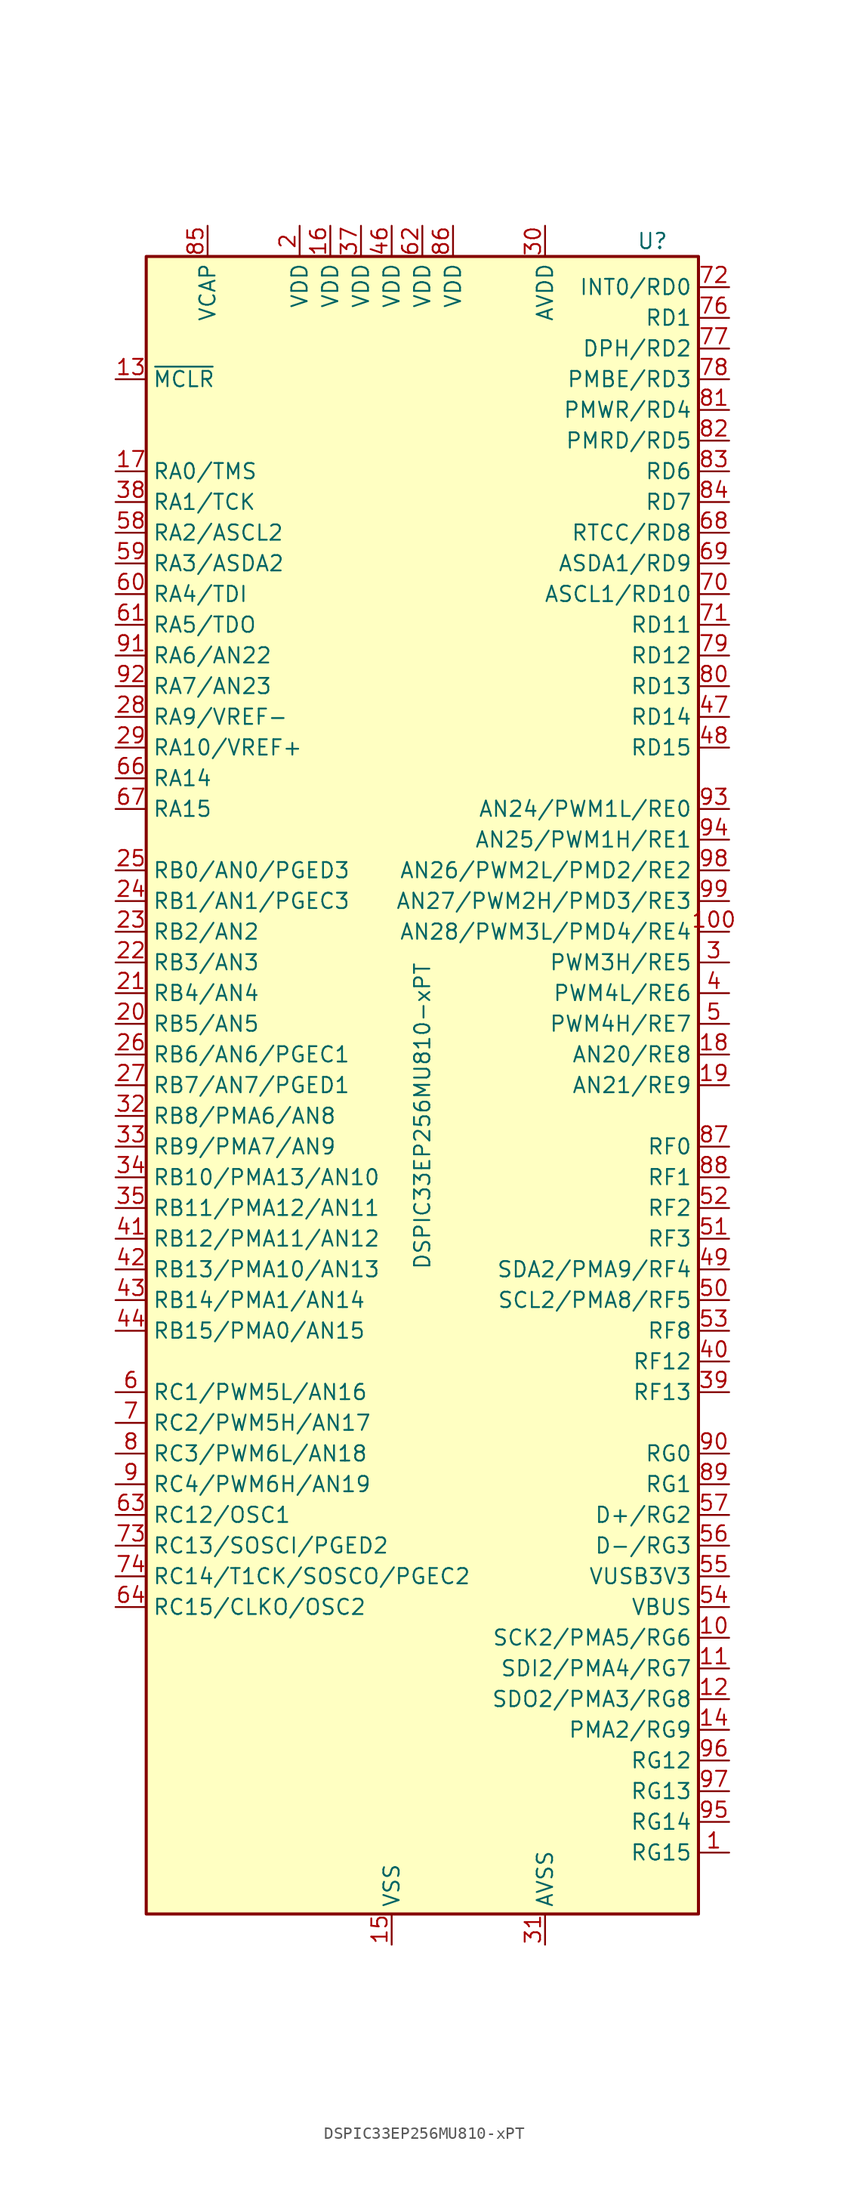
<source format=kicad_sym>
(kicad_symbol_lib
  (version 20201005)
  (generator kicad_symbol_editor)
  (symbol "DSP_Microchip_DSPIC33:DSPIC33EP256MU810-xPT"
    (property "Reference" "U"
      (at 19.05 69.85 0)
      (effects (font (size 1.27 1.27))))
    (property "Value" "DSPIC33EP256MU810-xPT"
      (at 0 -2.54 90)
      (effects (font (size 1.27 1.27))))
    (symbol "DSPIC33EP256MU810-xPT_0_1"
      (rectangle (start -22.86 68.58) (end 22.86 -68.58) (stroke (width 0.254)) (fill (type background))))
    (symbol "DSPIC33EP256MU810-xPT_1_1"
      (pin bidirectional line (at 25.4 -63.5 180) (length 2.54) (name "RG15" (effects (font (size 1.27 1.27)))) (number "1" (effects (font (size 1.27 1.27)))))
      (pin bidirectional line (at 25.4 -45.72 180) (length 2.54) (name "SCK2/PMA5/RG6" (effects (font (size 1.27 1.27)))) (number "10" (effects (font (size 1.27 1.27)))))
      (pin bidirectional line (at 25.4 12.7 180) (length 2.54) (name "AN28/PWM3L/PMD4/RE4" (effects (font (size 1.27 1.27)))) (number "100" (effects (font (size 1.27 1.27)))))
      (pin bidirectional line (at 25.4 -48.26 180) (length 2.54) (name "SDI2/PMA4/RG7" (effects (font (size 1.27 1.27)))) (number "11" (effects (font (size 1.27 1.27)))))
      (pin bidirectional line (at 25.4 -50.8 180) (length 2.54) (name "SDO2/PMA3/RG8" (effects (font (size 1.27 1.27)))) (number "12" (effects (font (size 1.27 1.27)))))
      (pin input line (at -25.4 58.42 0) (length 2.54) (name "~MCLR" (effects (font (size 1.27 1.27)))) (number "13" (effects (font (size 1.27 1.27)))))
      (pin bidirectional line (at 25.4 -53.34 180) (length 2.54) (name "PMA2/RG9" (effects (font (size 1.27 1.27)))) (number "14" (effects (font (size 1.27 1.27)))))
      (pin power_in line (at -2.54 -71.12 90) (length 2.54) (name "VSS" (effects (font (size 1.27 1.27)))) (number "15" (effects (font (size 1.27 1.27)))))
      (pin power_in line (at -7.62 71.12 270) (length 2.54) (name "VDD" (effects (font (size 1.27 1.27)))) (number "16" (effects (font (size 1.27 1.27)))))
      (pin bidirectional line (at -25.4 50.8 0) (length 2.54) (name "RA0/TMS" (effects (font (size 1.27 1.27)))) (number "17" (effects (font (size 1.27 1.27)))))
      (pin bidirectional line (at 25.4 2.54 180) (length 2.54) (name "AN20/RE8" (effects (font (size 1.27 1.27)))) (number "18" (effects (font (size 1.27 1.27)))))
      (pin bidirectional line (at 25.4 0 180) (length 2.54) (name "AN21/RE9" (effects (font (size 1.27 1.27)))) (number "19" (effects (font (size 1.27 1.27)))))
      (pin power_in line (at -10.16 71.12 270) (length 2.54) (name "VDD" (effects (font (size 1.27 1.27)))) (number "2" (effects (font (size 1.27 1.27)))))
      (pin bidirectional line (at -25.4 5.08 0) (length 2.54) (name "RB5/AN5" (effects (font (size 1.27 1.27)))) (number "20" (effects (font (size 1.27 1.27)))))
      (pin bidirectional line (at -25.4 7.62 0) (length 2.54) (name "RB4/AN4" (effects (font (size 1.27 1.27)))) (number "21" (effects (font (size 1.27 1.27)))))
      (pin bidirectional line (at -25.4 10.16 0) (length 2.54) (name "RB3/AN3" (effects (font (size 1.27 1.27)))) (number "22" (effects (font (size 1.27 1.27)))))
      (pin bidirectional line (at -25.4 12.7 0) (length 2.54) (name "RB2/AN2" (effects (font (size 1.27 1.27)))) (number "23" (effects (font (size 1.27 1.27)))))
      (pin bidirectional line (at -25.4 15.24 0) (length 2.54) (name "RB1/AN1/PGEC3" (effects (font (size 1.27 1.27)))) (number "24" (effects (font (size 1.27 1.27)))))
      (pin bidirectional line (at -25.4 17.78 0) (length 2.54) (name "RB0/AN0/PGED3" (effects (font (size 1.27 1.27)))) (number "25" (effects (font (size 1.27 1.27)))))
      (pin bidirectional line (at -25.4 2.54 0) (length 2.54) (name "RB6/AN6/PGEC1" (effects (font (size 1.27 1.27)))) (number "26" (effects (font (size 1.27 1.27)))))
      (pin bidirectional line (at -25.4 0 0) (length 2.54) (name "RB7/AN7/PGED1" (effects (font (size 1.27 1.27)))) (number "27" (effects (font (size 1.27 1.27)))))
      (pin bidirectional line (at -25.4 30.48 0) (length 2.54) (name "RA9/VREF-" (effects (font (size 1.27 1.27)))) (number "28" (effects (font (size 1.27 1.27)))))
      (pin bidirectional line (at -25.4 27.94 0) (length 2.54) (name "RA10/VREF+" (effects (font (size 1.27 1.27)))) (number "29" (effects (font (size 1.27 1.27)))))
      (pin bidirectional line (at 25.4 10.16 180) (length 2.54) (name "PWM3H/RE5" (effects (font (size 1.27 1.27)))) (number "3" (effects (font (size 1.27 1.27)))))
      (pin power_in line (at 10.16 71.12 270) (length 2.54) (name "AVDD" (effects (font (size 1.27 1.27)))) (number "30" (effects (font (size 1.27 1.27)))))
      (pin power_in line (at 10.16 -71.12 90) (length 2.54) (name "AVSS" (effects (font (size 1.27 1.27)))) (number "31" (effects (font (size 1.27 1.27)))))
      (pin bidirectional line (at -25.4 -2.54 0) (length 2.54) (name "RB8/PMA6/AN8" (effects (font (size 1.27 1.27)))) (number "32" (effects (font (size 1.27 1.27)))))
      (pin bidirectional line (at -25.4 -5.08 0) (length 2.54) (name "RB9/PMA7/AN9" (effects (font (size 1.27 1.27)))) (number "33" (effects (font (size 1.27 1.27)))))
      (pin bidirectional line (at -25.4 -7.62 0) (length 2.54) (name "RB10/PMA13/AN10" (effects (font (size 1.27 1.27)))) (number "34" (effects (font (size 1.27 1.27)))))
      (pin bidirectional line (at -25.4 -10.16 0) (length 2.54) (name "RB11/PMA12/AN11" (effects (font (size 1.27 1.27)))) (number "35" (effects (font (size 1.27 1.27)))))
      (pin passive line (at -2.54 -71.12 90) (length 2.54) hide (name "VSS" (effects (font (size 1.27 1.27)))) (number "36" (effects (font (size 1.27 1.27)))))
      (pin power_in line (at -5.08 71.12 270) (length 2.54) (name "VDD" (effects (font (size 1.27 1.27)))) (number "37" (effects (font (size 1.27 1.27)))))
      (pin bidirectional line (at -25.4 48.26 0) (length 2.54) (name "RA1/TCK" (effects (font (size 1.27 1.27)))) (number "38" (effects (font (size 1.27 1.27)))))
      (pin bidirectional line (at 25.4 -25.4 180) (length 2.54) (name "RF13" (effects (font (size 1.27 1.27)))) (number "39" (effects (font (size 1.27 1.27)))))
      (pin bidirectional line (at 25.4 7.62 180) (length 2.54) (name "PWM4L/RE6" (effects (font (size 1.27 1.27)))) (number "4" (effects (font (size 1.27 1.27)))))
      (pin bidirectional line (at 25.4 -22.86 180) (length 2.54) (name "RF12" (effects (font (size 1.27 1.27)))) (number "40" (effects (font (size 1.27 1.27)))))
      (pin bidirectional line (at -25.4 -12.7 0) (length 2.54) (name "RB12/PMA11/AN12" (effects (font (size 1.27 1.27)))) (number "41" (effects (font (size 1.27 1.27)))))
      (pin bidirectional line (at -25.4 -15.24 0) (length 2.54) (name "RB13/PMA10/AN13" (effects (font (size 1.27 1.27)))) (number "42" (effects (font (size 1.27 1.27)))))
      (pin bidirectional line (at -25.4 -17.78 0) (length 2.54) (name "RB14/PMA1/AN14" (effects (font (size 1.27 1.27)))) (number "43" (effects (font (size 1.27 1.27)))))
      (pin bidirectional line (at -25.4 -20.32 0) (length 2.54) (name "RB15/PMA0/AN15" (effects (font (size 1.27 1.27)))) (number "44" (effects (font (size 1.27 1.27)))))
      (pin passive line (at -2.54 -71.12 90) (length 2.54) hide (name "VSS" (effects (font (size 1.27 1.27)))) (number "45" (effects (font (size 1.27 1.27)))))
      (pin power_in line (at -2.54 71.12 270) (length 2.54) (name "VDD" (effects (font (size 1.27 1.27)))) (number "46" (effects (font (size 1.27 1.27)))))
      (pin bidirectional line (at 25.4 30.48 180) (length 2.54) (name "RD14" (effects (font (size 1.27 1.27)))) (number "47" (effects (font (size 1.27 1.27)))))
      (pin bidirectional line (at 25.4 27.94 180) (length 2.54) (name "RD15" (effects (font (size 1.27 1.27)))) (number "48" (effects (font (size 1.27 1.27)))))
      (pin bidirectional line (at 25.4 -15.24 180) (length 2.54) (name "SDA2/PMA9/RF4" (effects (font (size 1.27 1.27)))) (number "49" (effects (font (size 1.27 1.27)))))
      (pin bidirectional line (at 25.4 5.08 180) (length 2.54) (name "PWM4H/RE7" (effects (font (size 1.27 1.27)))) (number "5" (effects (font (size 1.27 1.27)))))
      (pin bidirectional line (at 25.4 -17.78 180) (length 2.54) (name "SCL2/PMA8/RF5" (effects (font (size 1.27 1.27)))) (number "50" (effects (font (size 1.27 1.27)))))
      (pin bidirectional line (at 25.4 -12.7 180) (length 2.54) (name "RF3" (effects (font (size 1.27 1.27)))) (number "51" (effects (font (size 1.27 1.27)))))
      (pin bidirectional line (at 25.4 -10.16 180) (length 2.54) (name "RF2" (effects (font (size 1.27 1.27)))) (number "52" (effects (font (size 1.27 1.27)))))
      (pin bidirectional line (at 25.4 -20.32 180) (length 2.54) (name "RF8" (effects (font (size 1.27 1.27)))) (number "53" (effects (font (size 1.27 1.27)))))
      (pin bidirectional line (at 25.4 -43.18 180) (length 2.54) (name "VBUS" (effects (font (size 1.27 1.27)))) (number "54" (effects (font (size 1.27 1.27)))))
      (pin bidirectional line (at 25.4 -40.64 180) (length 2.54) (name "VUSB3V3" (effects (font (size 1.27 1.27)))) (number "55" (effects (font (size 1.27 1.27)))))
      (pin bidirectional line (at 25.4 -38.1 180) (length 2.54) (name "D-/RG3" (effects (font (size 1.27 1.27)))) (number "56" (effects (font (size 1.27 1.27)))))
      (pin bidirectional line (at 25.4 -35.56 180) (length 2.54) (name "D+/RG2" (effects (font (size 1.27 1.27)))) (number "57" (effects (font (size 1.27 1.27)))))
      (pin bidirectional line (at -25.4 45.72 0) (length 2.54) (name "RA2/ASCL2" (effects (font (size 1.27 1.27)))) (number "58" (effects (font (size 1.27 1.27)))))
      (pin bidirectional line (at -25.4 43.18 0) (length 2.54) (name "RA3/ASDA2" (effects (font (size 1.27 1.27)))) (number "59" (effects (font (size 1.27 1.27)))))
      (pin bidirectional line (at -25.4 -25.4 0) (length 2.54) (name "RC1/PWM5L/AN16" (effects (font (size 1.27 1.27)))) (number "6" (effects (font (size 1.27 1.27)))))
      (pin bidirectional line (at -25.4 40.64 0) (length 2.54) (name "RA4/TDI" (effects (font (size 1.27 1.27)))) (number "60" (effects (font (size 1.27 1.27)))))
      (pin bidirectional line (at -25.4 38.1 0) (length 2.54) (name "RA5/TDO" (effects (font (size 1.27 1.27)))) (number "61" (effects (font (size 1.27 1.27)))))
      (pin power_in line (at 0 71.12 270) (length 2.54) (name "VDD" (effects (font (size 1.27 1.27)))) (number "62" (effects (font (size 1.27 1.27)))))
      (pin bidirectional line (at -25.4 -35.56 0) (length 2.54) (name "RC12/OSC1" (effects (font (size 1.27 1.27)))) (number "63" (effects (font (size 1.27 1.27)))))
      (pin bidirectional line (at -25.4 -43.18 0) (length 2.54) (name "RC15/CLKO/OSC2" (effects (font (size 1.27 1.27)))) (number "64" (effects (font (size 1.27 1.27)))))
      (pin passive line (at -2.54 -71.12 90) (length 2.54) hide (name "VSS" (effects (font (size 1.27 1.27)))) (number "65" (effects (font (size 1.27 1.27)))))
      (pin bidirectional line (at -25.4 25.4 0) (length 2.54) (name "RA14" (effects (font (size 1.27 1.27)))) (number "66" (effects (font (size 1.27 1.27)))))
      (pin bidirectional line (at -25.4 22.86 0) (length 2.54) (name "RA15" (effects (font (size 1.27 1.27)))) (number "67" (effects (font (size 1.27 1.27)))))
      (pin bidirectional line (at 25.4 45.72 180) (length 2.54) (name "RTCC/RD8" (effects (font (size 1.27 1.27)))) (number "68" (effects (font (size 1.27 1.27)))))
      (pin bidirectional line (at 25.4 43.18 180) (length 2.54) (name "ASDA1/RD9" (effects (font (size 1.27 1.27)))) (number "69" (effects (font (size 1.27 1.27)))))
      (pin bidirectional line (at -25.4 -27.94 0) (length 2.54) (name "RC2/PWM5H/AN17" (effects (font (size 1.27 1.27)))) (number "7" (effects (font (size 1.27 1.27)))))
      (pin bidirectional line (at 25.4 40.64 180) (length 2.54) (name "ASCL1/RD10" (effects (font (size 1.27 1.27)))) (number "70" (effects (font (size 1.27 1.27)))))
      (pin bidirectional line (at 25.4 38.1 180) (length 2.54) (name "RD11" (effects (font (size 1.27 1.27)))) (number "71" (effects (font (size 1.27 1.27)))))
      (pin bidirectional line (at 25.4 66.04 180) (length 2.54) (name "INT0/RD0" (effects (font (size 1.27 1.27)))) (number "72" (effects (font (size 1.27 1.27)))))
      (pin bidirectional line (at -25.4 -38.1 0) (length 2.54) (name "RC13/SOSCI/PGED2" (effects (font (size 1.27 1.27)))) (number "73" (effects (font (size 1.27 1.27)))))
      (pin bidirectional line (at -25.4 -40.64 0) (length 2.54) (name "RC14/T1CK/SOSCO/PGEC2" (effects (font (size 1.27 1.27)))) (number "74" (effects (font (size 1.27 1.27)))))
      (pin passive line (at -2.54 -71.12 90) (length 2.54) hide (name "VSS" (effects (font (size 1.27 1.27)))) (number "75" (effects (font (size 1.27 1.27)))))
      (pin bidirectional line (at 25.4 63.5 180) (length 2.54) (name "RD1" (effects (font (size 1.27 1.27)))) (number "76" (effects (font (size 1.27 1.27)))))
      (pin bidirectional line (at 25.4 60.96 180) (length 2.54) (name "DPH/RD2" (effects (font (size 1.27 1.27)))) (number "77" (effects (font (size 1.27 1.27)))))
      (pin bidirectional line (at 25.4 58.42 180) (length 2.54) (name "PMBE/RD3" (effects (font (size 1.27 1.27)))) (number "78" (effects (font (size 1.27 1.27)))))
      (pin bidirectional line (at 25.4 35.56 180) (length 2.54) (name "RD12" (effects (font (size 1.27 1.27)))) (number "79" (effects (font (size 1.27 1.27)))))
      (pin bidirectional line (at -25.4 -30.48 0) (length 2.54) (name "RC3/PWM6L/AN18" (effects (font (size 1.27 1.27)))) (number "8" (effects (font (size 1.27 1.27)))))
      (pin bidirectional line (at 25.4 33.02 180) (length 2.54) (name "RD13" (effects (font (size 1.27 1.27)))) (number "80" (effects (font (size 1.27 1.27)))))
      (pin bidirectional line (at 25.4 55.88 180) (length 2.54) (name "PMWR/RD4" (effects (font (size 1.27 1.27)))) (number "81" (effects (font (size 1.27 1.27)))))
      (pin bidirectional line (at 25.4 53.34 180) (length 2.54) (name "PMRD/RD5" (effects (font (size 1.27 1.27)))) (number "82" (effects (font (size 1.27 1.27)))))
      (pin bidirectional line (at 25.4 50.8 180) (length 2.54) (name "RD6" (effects (font (size 1.27 1.27)))) (number "83" (effects (font (size 1.27 1.27)))))
      (pin bidirectional line (at 25.4 48.26 180) (length 2.54) (name "RD7" (effects (font (size 1.27 1.27)))) (number "84" (effects (font (size 1.27 1.27)))))
      (pin passive line (at -17.78 71.12 270) (length 2.54) (name "VCAP" (effects (font (size 1.27 1.27)))) (number "85" (effects (font (size 1.27 1.27)))))
      (pin power_in line (at 2.54 71.12 270) (length 2.54) (name "VDD" (effects (font (size 1.27 1.27)))) (number "86" (effects (font (size 1.27 1.27)))))
      (pin bidirectional line (at 25.4 -5.08 180) (length 2.54) (name "RF0" (effects (font (size 1.27 1.27)))) (number "87" (effects (font (size 1.27 1.27)))))
      (pin bidirectional line (at 25.4 -7.62 180) (length 2.54) (name "RF1" (effects (font (size 1.27 1.27)))) (number "88" (effects (font (size 1.27 1.27)))))
      (pin bidirectional line (at 25.4 -33.02 180) (length 2.54) (name "RG1" (effects (font (size 1.27 1.27)))) (number "89" (effects (font (size 1.27 1.27)))))
      (pin bidirectional line (at -25.4 -33.02 0) (length 2.54) (name "RC4/PWM6H/AN19" (effects (font (size 1.27 1.27)))) (number "9" (effects (font (size 1.27 1.27)))))
      (pin bidirectional line (at 25.4 -30.48 180) (length 2.54) (name "RG0" (effects (font (size 1.27 1.27)))) (number "90" (effects (font (size 1.27 1.27)))))
      (pin bidirectional line (at -25.4 35.56 0) (length 2.54) (name "RA6/AN22" (effects (font (size 1.27 1.27)))) (number "91" (effects (font (size 1.27 1.27)))))
      (pin bidirectional line (at -25.4 33.02 0) (length 2.54) (name "RA7/AN23" (effects (font (size 1.27 1.27)))) (number "92" (effects (font (size 1.27 1.27)))))
      (pin bidirectional line (at 25.4 22.86 180) (length 2.54) (name "AN24/PWM1L/RE0" (effects (font (size 1.27 1.27)))) (number "93" (effects (font (size 1.27 1.27)))))
      (pin bidirectional line (at 25.4 20.32 180) (length 2.54) (name "AN25/PWM1H/RE1" (effects (font (size 1.27 1.27)))) (number "94" (effects (font (size 1.27 1.27)))))
      (pin bidirectional line (at 25.4 -60.96 180) (length 2.54) (name "RG14" (effects (font (size 1.27 1.27)))) (number "95" (effects (font (size 1.27 1.27)))))
      (pin bidirectional line (at 25.4 -55.88 180) (length 2.54) (name "RG12" (effects (font (size 1.27 1.27)))) (number "96" (effects (font (size 1.27 1.27)))))
      (pin bidirectional line (at 25.4 -58.42 180) (length 2.54) (name "RG13" (effects (font (size 1.27 1.27)))) (number "97" (effects (font (size 1.27 1.27)))))
      (pin bidirectional line (at 25.4 17.78 180) (length 2.54) (name "AN26/PWM2L/PMD2/RE2" (effects (font (size 1.27 1.27)))) (number "98" (effects (font (size 1.27 1.27)))))
      (pin bidirectional line (at 25.4 15.24 180) (length 2.54) (name "AN27/PWM2H/PMD3/RE3" (effects (font (size 1.27 1.27)))) (number "99" (effects (font (size 1.27 1.27))))))))
</source>
